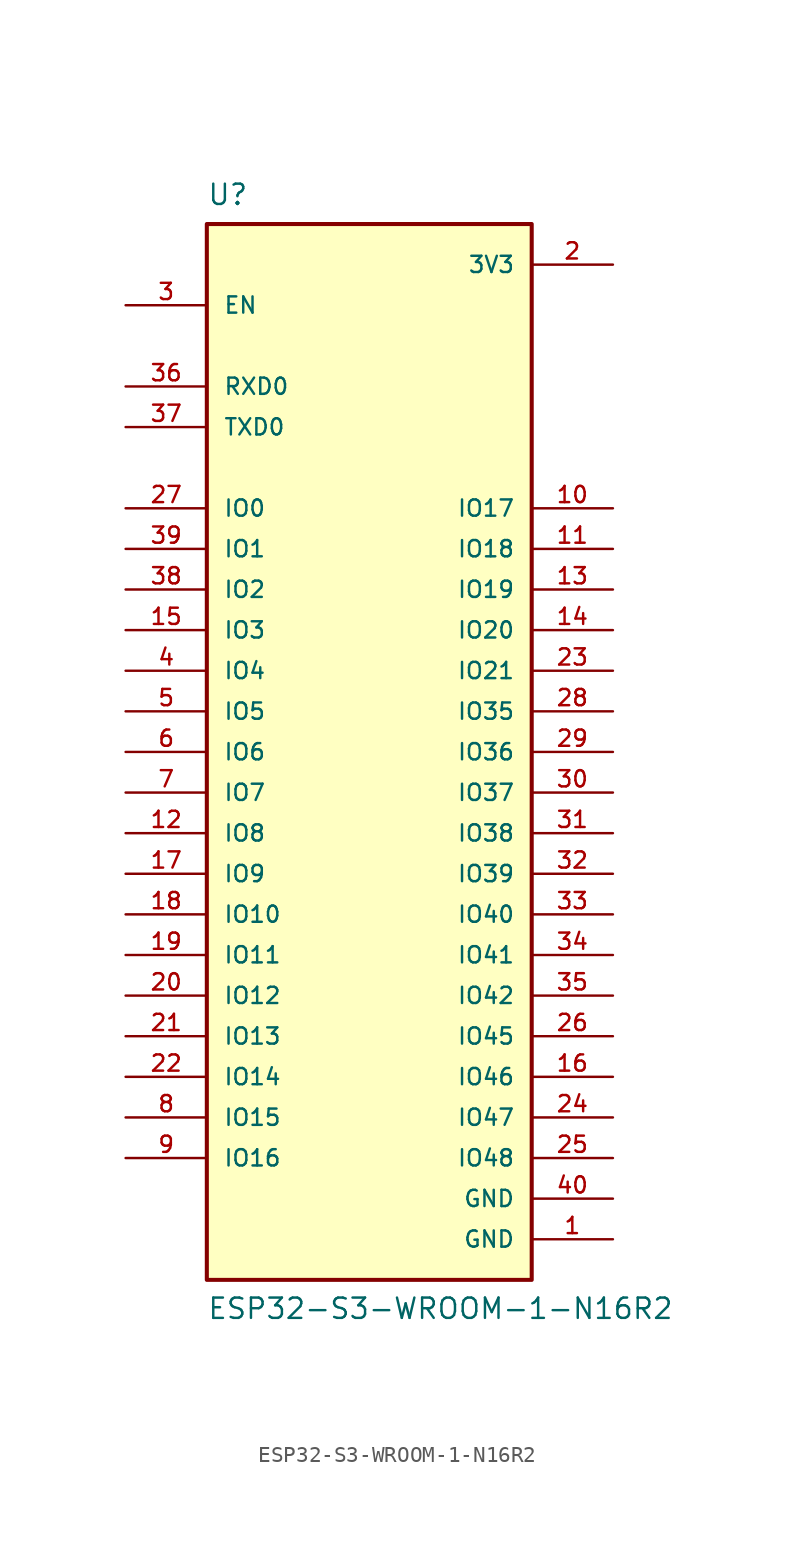
<source format=kicad_sym>
(kicad_symbol_lib
  (version 20220914)
  (generator kicad_symbol_editor)
  (symbol "ESP32-S3-WROOM-1-N16R2"
    (pin_names
      (offset 1.016))
    (property "Reference" "U"
      (at -10.16 34.112 0)
      (effects (font (size 1.27 1.27)) (justify left bottom)))
    (property "Value" "ESP32-S3-WROOM-1-N16R2"
      (at -10.16 -35.56 0)
      (effects (font (size 1.27 1.27)) (justify left bottom)))
    (symbol "ESP32-S3-WROOM-1-N16R2_0_0"
      (rectangle (start -10.16 -33.02) (end 10.16 33.02) (stroke (width 0.254) (type default)) (fill (type background)))
      (pin power_in line (at 15.24 -30.48 180) (length 5.08) (name "GND" (effects (font (size 1.016 1.016)))) (number "1" (effects (font (size 1.016 1.016)))))
      (pin bidirectional line (at 15.24 15.24 180) (length 5.08) (name "IO17" (effects (font (size 1.016 1.016)))) (number "10" (effects (font (size 1.016 1.016)))))
      (pin bidirectional line (at 15.24 12.7 180) (length 5.08) (name "IO18" (effects (font (size 1.016 1.016)))) (number "11" (effects (font (size 1.016 1.016)))))
      (pin bidirectional line (at -15.24 -5.08 0) (length 5.08) (name "IO8" (effects (font (size 1.016 1.016)))) (number "12" (effects (font (size 1.016 1.016)))))
      (pin bidirectional line (at 15.24 10.16 180) (length 5.08) (name "IO19" (effects (font (size 1.016 1.016)))) (number "13" (effects (font (size 1.016 1.016)))))
      (pin bidirectional line (at 15.24 7.62 180) (length 5.08) (name "IO20" (effects (font (size 1.016 1.016)))) (number "14" (effects (font (size 1.016 1.016)))))
      (pin bidirectional line (at -15.24 7.62 0) (length 5.08) (name "IO3" (effects (font (size 1.016 1.016)))) (number "15" (effects (font (size 1.016 1.016)))))
      (pin bidirectional line (at 15.24 -20.32 180) (length 5.08) (name "IO46" (effects (font (size 1.016 1.016)))) (number "16" (effects (font (size 1.016 1.016)))))
      (pin bidirectional line (at -15.24 -7.62 0) (length 5.08) (name "IO9" (effects (font (size 1.016 1.016)))) (number "17" (effects (font (size 1.016 1.016)))))
      (pin bidirectional line (at -15.24 -10.16 0) (length 5.08) (name "IO10" (effects (font (size 1.016 1.016)))) (number "18" (effects (font (size 1.016 1.016)))))
      (pin bidirectional line (at -15.24 -12.7 0) (length 5.08) (name "IO11" (effects (font (size 1.016 1.016)))) (number "19" (effects (font (size 1.016 1.016)))))
      (pin power_in line (at 15.24 30.48 180) (length 5.08) (name "3V3" (effects (font (size 1.016 1.016)))) (number "2" (effects (font (size 1.016 1.016)))))
      (pin bidirectional line (at -15.24 -15.24 0) (length 5.08) (name "IO12" (effects (font (size 1.016 1.016)))) (number "20" (effects (font (size 1.016 1.016)))))
      (pin bidirectional line (at -15.24 -17.78 0) (length 5.08) (name "IO13" (effects (font (size 1.016 1.016)))) (number "21" (effects (font (size 1.016 1.016)))))
      (pin bidirectional line (at -15.24 -20.32 0) (length 5.08) (name "IO14" (effects (font (size 1.016 1.016)))) (number "22" (effects (font (size 1.016 1.016)))))
      (pin bidirectional line (at 15.24 5.08 180) (length 5.08) (name "IO21" (effects (font (size 1.016 1.016)))) (number "23" (effects (font (size 1.016 1.016)))))
      (pin bidirectional line (at 15.24 -22.86 180) (length 5.08) (name "IO47" (effects (font (size 1.016 1.016)))) (number "24" (effects (font (size 1.016 1.016)))))
      (pin bidirectional line (at 15.24 -25.4 180) (length 5.08) (name "IO48" (effects (font (size 1.016 1.016)))) (number "25" (effects (font (size 1.016 1.016)))))
      (pin bidirectional line (at 15.24 -17.78 180) (length 5.08) (name "IO45" (effects (font (size 1.016 1.016)))) (number "26" (effects (font (size 1.016 1.016)))))
      (pin bidirectional line (at -15.24 15.24 0) (length 5.08) (name "IO0" (effects (font (size 1.016 1.016)))) (number "27" (effects (font (size 1.016 1.016)))))
      (pin bidirectional line (at 15.24 2.54 180) (length 5.08) (name "IO35" (effects (font (size 1.016 1.016)))) (number "28" (effects (font (size 1.016 1.016)))))
      (pin bidirectional line (at 15.24 0 180) (length 5.08) (name "IO36" (effects (font (size 1.016 1.016)))) (number "29" (effects (font (size 1.016 1.016)))))
      (pin input line (at -15.24 27.94 0) (length 5.08) (name "EN" (effects (font (size 1.016 1.016)))) (number "3" (effects (font (size 1.016 1.016)))))
      (pin bidirectional line (at 15.24 -2.54 180) (length 5.08) (name "IO37" (effects (font (size 1.016 1.016)))) (number "30" (effects (font (size 1.016 1.016)))))
      (pin bidirectional line (at 15.24 -5.08 180) (length 5.08) (name "IO38" (effects (font (size 1.016 1.016)))) (number "31" (effects (font (size 1.016 1.016)))))
      (pin bidirectional line (at 15.24 -7.62 180) (length 5.08) (name "IO39" (effects (font (size 1.016 1.016)))) (number "32" (effects (font (size 1.016 1.016)))))
      (pin bidirectional line (at 15.24 -10.16 180) (length 5.08) (name "IO40" (effects (font (size 1.016 1.016)))) (number "33" (effects (font (size 1.016 1.016)))))
      (pin bidirectional line (at 15.24 -12.7 180) (length 5.08) (name "IO41" (effects (font (size 1.016 1.016)))) (number "34" (effects (font (size 1.016 1.016)))))
      (pin bidirectional line (at 15.24 -15.24 180) (length 5.08) (name "IO42" (effects (font (size 1.016 1.016)))) (number "35" (effects (font (size 1.016 1.016)))))
      (pin bidirectional line (at -15.24 22.86 0) (length 5.08) (name "RXD0" (effects (font (size 1.016 1.016)))) (number "36" (effects (font (size 1.016 1.016)))))
      (pin bidirectional line (at -15.24 20.32 0) (length 5.08) (name "TXD0" (effects (font (size 1.016 1.016)))) (number "37" (effects (font (size 1.016 1.016)))))
      (pin bidirectional line (at -15.24 10.16 0) (length 5.08) (name "IO2" (effects (font (size 1.016 1.016)))) (number "38" (effects (font (size 1.016 1.016)))))
      (pin bidirectional line (at -15.24 12.7 0) (length 5.08) (name "IO1" (effects (font (size 1.016 1.016)))) (number "39" (effects (font (size 1.016 1.016)))))
      (pin bidirectional line (at -15.24 5.08 0) (length 5.08) (name "IO4" (effects (font (size 1.016 1.016)))) (number "4" (effects (font (size 1.016 1.016)))))
      (pin power_in line (at 15.24 -27.94 180) (length 5.08) (name "GND" (effects (font (size 1.016 1.016)))) (number "40" (effects (font (size 1.016 1.016)))))
      (pin bidirectional line (at -15.24 2.54 0) (length 5.08) (name "IO5" (effects (font (size 1.016 1.016)))) (number "5" (effects (font (size 1.016 1.016)))))
      (pin bidirectional line (at -15.24 0 0) (length 5.08) (name "IO6" (effects (font (size 1.016 1.016)))) (number "6" (effects (font (size 1.016 1.016)))))
      (pin bidirectional line (at -15.24 -2.54 0) (length 5.08) (name "IO7" (effects (font (size 1.016 1.016)))) (number "7" (effects (font (size 1.016 1.016)))))
      (pin bidirectional line (at -15.24 -22.86 0) (length 5.08) (name "IO15" (effects (font (size 1.016 1.016)))) (number "8" (effects (font (size 1.016 1.016)))))
      (pin bidirectional line (at -15.24 -25.4 0) (length 5.08) (name "IO16" (effects (font (size 1.016 1.016)))) (number "9" (effects (font (size 1.016 1.016))))))))
</source>
